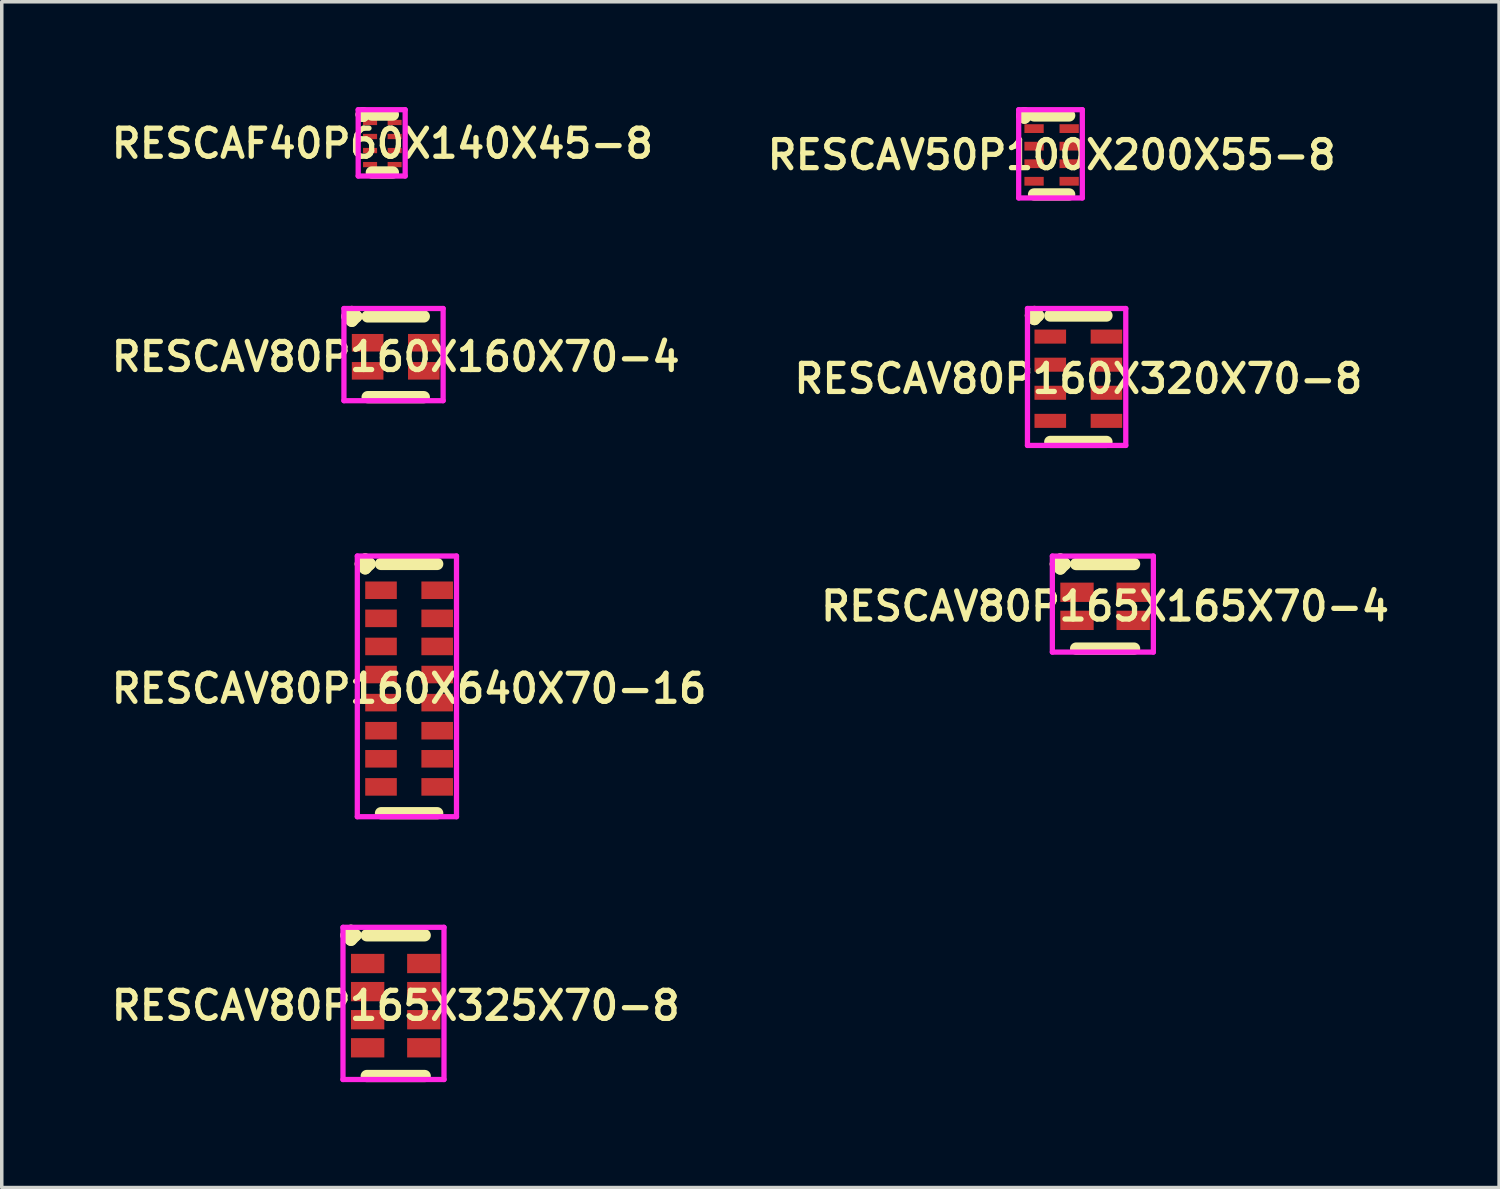
<source format=kicad_pcb>
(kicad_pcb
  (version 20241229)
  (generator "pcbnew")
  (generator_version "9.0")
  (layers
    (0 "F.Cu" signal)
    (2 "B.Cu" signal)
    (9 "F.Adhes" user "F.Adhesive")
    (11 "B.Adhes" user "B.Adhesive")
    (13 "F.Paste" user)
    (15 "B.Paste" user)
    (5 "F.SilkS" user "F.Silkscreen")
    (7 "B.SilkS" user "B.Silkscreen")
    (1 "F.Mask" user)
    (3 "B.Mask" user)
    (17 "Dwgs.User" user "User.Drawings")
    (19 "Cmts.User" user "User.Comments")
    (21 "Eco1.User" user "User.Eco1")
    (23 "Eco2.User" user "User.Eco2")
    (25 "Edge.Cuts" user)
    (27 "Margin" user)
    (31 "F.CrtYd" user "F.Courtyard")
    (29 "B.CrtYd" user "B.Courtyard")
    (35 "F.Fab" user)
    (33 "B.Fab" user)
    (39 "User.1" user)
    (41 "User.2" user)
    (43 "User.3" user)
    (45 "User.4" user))
  (footprint "RESCAV50P100X200X55-8"
    (layer "F.Cu")
    (at 26.902 1.363)
    (property "Reference" "RESCAV50P100X200X55-8" (at 0 0 0) (layer "F.SilkS") (effects (font (size 0.8 0.8) (thickness 0.15))))
    (attr smd)
    (fp_line (start -0.838 -1.125) (end -0.775 -1.188) (stroke (width 0.35) (type solid)) (layer "F.SilkS"))
    (fp_line (start -0.775 -1.188) (end -0.713 -1.125) (stroke (width 0.35) (type solid)) (layer "F.SilkS"))
    (fp_line (start -0.775 -1.062) (end -0.838 -1.125) (stroke (width 0.35) (type solid)) (layer "F.SilkS"))
    (fp_line (start -0.713 -1.125) (end -0.775 -1.062) (stroke (width 0.35) (type solid)) (layer "F.SilkS"))
    (fp_line (start -0.5 -1.125) (end 0.5 -1.125) (stroke (width 0.35) (type solid)) (layer "F.SilkS"))
    (fp_line (start -0.5 1.125) (end 0.5 1.125) (stroke (width 0.35) (type solid)) (layer "F.SilkS"))
    (fp_line (start -0.938 -1.288) (end 0.875 -1.288) (stroke (width 0.15) (type solid)) (layer "F.CrtYd"))
    (fp_line (start -0.938 1.225) (end -0.938 -1.288) (stroke (width 0.15) (type solid)) (layer "F.CrtYd"))
    (fp_line (start 0.875 -1.288) (end 0.875 1.225) (stroke (width 0.15) (type solid)) (layer "F.CrtYd"))
    (fp_line (start 0.875 1.225) (end -0.938 1.225) (stroke (width 0.15) (type solid)) (layer "F.CrtYd"))
    (pad "1" smd rect (at -0.5 -0.75) (size 0.55 0.25) (layers "F.Cu" "F.Mask" "F.Paste"))
    (pad "2" smd rect (at -0.5 -0.25) (size 0.55 0.25) (layers "F.Cu" "F.Mask" "F.Paste"))
    (pad "3" smd rect (at -0.5 0.25) (size 0.55 0.25) (layers "F.Cu" "F.Mask" "F.Paste"))
    (pad "4" smd rect (at -0.5 0.75) (size 0.55 0.25) (layers "F.Cu" "F.Mask" "F.Paste"))
    (pad "5" smd rect (at 0.5 0.75) (size 0.55 0.25) (layers "F.Cu" "F.Mask" "F.Paste"))
    (pad "6" smd rect (at 0.5 0.25) (size 0.55 0.25) (layers "F.Cu" "F.Mask" "F.Paste"))
    (pad "7" smd rect (at 0.5 -0.25) (size 0.55 0.25) (layers "F.Cu" "F.Mask" "F.Paste"))
    (pad "8" smd rect (at 0.5 -0.75) (size 0.55 0.25) (layers "F.Cu" "F.Mask" "F.Paste")))
  (footprint "RESCAV80P160X320X70-8"
    (layer "F.Cu")
    (at 27.664 7.737)
    (property "Reference" "RESCAV80P160X320X70-8" (at 0 0 0) (layer "F.SilkS") (effects (font (size 0.8 0.8) (thickness 0.15))))
    (attr smd)
    (fp_line (start -1.35 -1.8) (end -1.25 -1.9) (stroke (width 0.35) (type solid)) (layer "F.SilkS"))
    (fp_line (start -1.25 -1.9) (end -1.15 -1.8) (stroke (width 0.35) (type solid)) (layer "F.SilkS"))
    (fp_line (start -1.25 -1.7) (end -1.35 -1.8) (stroke (width 0.35) (type solid)) (layer "F.SilkS"))
    (fp_line (start -1.15 -1.8) (end -1.25 -1.7) (stroke (width 0.35) (type solid)) (layer "F.SilkS"))
    (fp_line (start -0.8 -1.8) (end 0.8 -1.8) (stroke (width 0.35) (type solid)) (layer "F.SilkS"))
    (fp_line (start -0.8 1.8) (end 0.8 1.8) (stroke (width 0.35) (type solid)) (layer "F.SilkS"))
    (fp_line (start -1.45 -2) (end 1.35 -2) (stroke (width 0.15) (type solid)) (layer "F.CrtYd"))
    (fp_line (start -1.45 1.9) (end -1.45 -2) (stroke (width 0.15) (type solid)) (layer "F.CrtYd"))
    (fp_line (start 1.35 -2) (end 1.35 1.9) (stroke (width 0.15) (type solid)) (layer "F.CrtYd"))
    (fp_line (start 1.35 1.9) (end -1.45 1.9) (stroke (width 0.15) (type solid)) (layer "F.CrtYd"))
    (pad "1" smd rect (at -0.8 -1.2) (size 0.9 0.4) (layers "F.Cu" "F.Mask" "F.Paste"))
    (pad "2" smd rect (at -0.8 -0.4) (size 0.9 0.4) (layers "F.Cu" "F.Mask" "F.Paste"))
    (pad "3" smd rect (at -0.8 0.4) (size 0.9 0.4) (layers "F.Cu" "F.Mask" "F.Paste"))
    (pad "4" smd rect (at -0.8 1.2) (size 0.9 0.4) (layers "F.Cu" "F.Mask" "F.Paste"))
    (pad "5" smd rect (at 0.8 1.2) (size 0.9 0.4) (layers "F.Cu" "F.Mask" "F.Paste"))
    (pad "6" smd rect (at 0.8 0.4) (size 0.9 0.4) (layers "F.Cu" "F.Mask" "F.Paste"))
    (pad "7" smd rect (at 0.8 -0.4) (size 0.9 0.4) (layers "F.Cu" "F.Mask" "F.Paste"))
    (pad "8" smd rect (at 0.8 -1.2) (size 0.9 0.4) (layers "F.Cu" "F.Mask" "F.Paste")))
  (footprint "RESCAV80P165X325X70-8"
    (layer "F.Cu")
    (at 8.221 25.593)
    (property "Reference" "RESCAV80P165X325X70-8" (at 0 0 0) (layer "F.SilkS") (effects (font (size 0.8 0.8) (thickness 0.15))))
    (attr smd)
    (fp_line (start -1.402 -2.004) (end -1.275 -2.131) (stroke (width 0.35) (type solid)) (layer "F.SilkS"))
    (fp_line (start -1.275 -2.131) (end -1.148 -2.004) (stroke (width 0.35) (type solid)) (layer "F.SilkS"))
    (fp_line (start -1.275 -1.877) (end -1.402 -2.004) (stroke (width 0.35) (type solid)) (layer "F.SilkS"))
    (fp_line (start -1.148 -2.004) (end -1.275 -1.877) (stroke (width 0.35) (type solid)) (layer "F.SilkS"))
    (fp_line (start -0.825 -2.004) (end 0.825 -2.004) (stroke (width 0.35) (type solid)) (layer "F.SilkS"))
    (fp_line (start -0.825 2.004) (end 0.825 2.004) (stroke (width 0.35) (type solid)) (layer "F.SilkS"))
    (fp_line (start -1.502 -2.231) (end 1.375 -2.231) (stroke (width 0.15) (type solid)) (layer "F.CrtYd"))
    (fp_line (start -1.502 2.104) (end -1.502 -2.231) (stroke (width 0.15) (type solid)) (layer "F.CrtYd"))
    (fp_line (start 1.375 -2.231) (end 1.375 2.104) (stroke (width 0.15) (type solid)) (layer "F.CrtYd"))
    (fp_line (start 1.375 2.104) (end -1.502 2.104) (stroke (width 0.15) (type solid)) (layer "F.CrtYd"))
    (pad "1" smd rect (at -0.8 -1.2) (size 0.95 0.55) (layers "F.Cu" "F.Mask" "F.Paste"))
    (pad "2" smd rect (at -0.8 -0.4) (size 0.95 0.55) (layers "F.Cu" "F.Mask" "F.Paste"))
    (pad "3" smd rect (at -0.8 0.4) (size 0.95 0.55) (layers "F.Cu" "F.Mask" "F.Paste"))
    (pad "4" smd rect (at -0.8 1.2) (size 0.95 0.55) (layers "F.Cu" "F.Mask" "F.Paste"))
    (pad "5" smd rect (at 0.8 1.2) (size 0.95 0.55) (layers "F.Cu" "F.Mask" "F.Paste"))
    (pad "6" smd rect (at 0.8 0.4) (size 0.95 0.55) (layers "F.Cu" "F.Mask" "F.Paste"))
    (pad "7" smd rect (at 0.8 -0.4) (size 0.95 0.55) (layers "F.Cu" "F.Mask" "F.Paste"))
    (pad "8" smd rect (at 0.8 -1.2) (size 0.95 0.55) (layers "F.Cu" "F.Mask" "F.Paste")))
  (footprint "RESCAF40P60X140X45-8"
    (layer "F.Cu")
    (at 7.84 1.038)
    (property "Reference" "RESCAF40P60X140X45-8" (at 0 0 0) (layer "F.SilkS") (effects (font (size 0.8 0.8) (thickness 0.15))))
    (attr smd)
    (fp_line (start -0.588 -0.825) (end -0.55 -0.863) (stroke (width 0.35) (type solid)) (layer "F.SilkS"))
    (fp_line (start -0.55 -0.863) (end -0.512 -0.825) (stroke (width 0.35) (type solid)) (layer "F.SilkS"))
    (fp_line (start -0.55 -0.787) (end -0.588 -0.825) (stroke (width 0.35) (type solid)) (layer "F.SilkS"))
    (fp_line (start -0.512 -0.825) (end -0.55 -0.787) (stroke (width 0.35) (type solid)) (layer "F.SilkS"))
    (fp_line (start -0.3 -0.825) (end 0.3 -0.825) (stroke (width 0.35) (type solid)) (layer "F.SilkS"))
    (fp_line (start -0.3 0.825) (end 0.3 0.825) (stroke (width 0.35) (type solid)) (layer "F.SilkS"))
    (fp_line (start -0.688 -0.963) (end 0.65 -0.963) (stroke (width 0.15) (type solid)) (layer "F.CrtYd"))
    (fp_line (start -0.688 0.925) (end -0.688 -0.963) (stroke (width 0.15) (type solid)) (layer "F.CrtYd"))
    (fp_line (start 0.65 -0.963) (end 0.65 0.925) (stroke (width 0.15) (type solid)) (layer "F.CrtYd"))
    (fp_line (start 0.65 0.925) (end -0.688 0.925) (stroke (width 0.15) (type solid)) (layer "F.CrtYd"))
    (pad "1" smd rect (at -0.35 -0.6) (size 0.4 0.15) (layers "F.Cu" "F.Mask" "F.Paste"))
    (pad "2" smd rect (at -0.35 -0.2) (size 0.4 0.15) (layers "F.Cu" "F.Mask" "F.Paste"))
    (pad "3" smd rect (at -0.35 0.2) (size 0.4 0.15) (layers "F.Cu" "F.Mask" "F.Paste"))
    (pad "4" smd rect (at -0.35 0.6) (size 0.4 0.15) (layers "F.Cu" "F.Mask" "F.Paste"))
    (pad "5" smd rect (at 0.35 0.6) (size 0.4 0.15) (layers "F.Cu" "F.Mask" "F.Paste"))
    (pad "6" smd rect (at 0.35 0.2) (size 0.4 0.15) (layers "F.Cu" "F.Mask" "F.Paste"))
    (pad "7" smd rect (at 0.35 -0.2) (size 0.4 0.15) (layers "F.Cu" "F.Mask" "F.Paste"))
    (pad "8" smd rect (at 0.35 -0.6) (size 0.4 0.15) (layers "F.Cu" "F.Mask" "F.Paste")))
  (footprint "RESCAV80P165X165X70-4"
    (layer "F.Cu")
    (at 28.425 14.219)
    (property "Reference" "RESCAV80P165X165X70-4" (at 0 0 0) (layer "F.SilkS") (effects (font (size 0.8 0.8) (thickness 0.15))))
    (attr smd)
    (fp_line (start -1.402 -1.204) (end -1.275 -1.331) (stroke (width 0.35) (type solid)) (layer "F.SilkS"))
    (fp_line (start -1.275 -1.331) (end -1.148 -1.204) (stroke (width 0.35) (type solid)) (layer "F.SilkS"))
    (fp_line (start -1.275 -1.077) (end -1.402 -1.204) (stroke (width 0.35) (type solid)) (layer "F.SilkS"))
    (fp_line (start -1.148 -1.204) (end -1.275 -1.077) (stroke (width 0.35) (type solid)) (layer "F.SilkS"))
    (fp_line (start -0.825 -1.204) (end 0.825 -1.204) (stroke (width 0.35) (type solid)) (layer "F.SilkS"))
    (fp_line (start -0.825 1.204) (end 0.825 1.204) (stroke (width 0.35) (type solid)) (layer "F.SilkS"))
    (fp_line (start -1.502 -1.431) (end 1.375 -1.431) (stroke (width 0.15) (type solid)) (layer "F.CrtYd"))
    (fp_line (start -1.502 1.304) (end -1.502 -1.431) (stroke (width 0.15) (type solid)) (layer "F.CrtYd"))
    (fp_line (start 1.375 -1.431) (end 1.375 1.304) (stroke (width 0.15) (type solid)) (layer "F.CrtYd"))
    (fp_line (start 1.375 1.304) (end -1.502 1.304) (stroke (width 0.15) (type solid)) (layer "F.CrtYd"))
    (pad "1" smd rect (at -0.8 -0.4) (size 0.95 0.55) (layers "F.Cu" "F.Mask" "F.Paste"))
    (pad "2" smd rect (at -0.8 0.4) (size 0.95 0.55) (layers "F.Cu" "F.Mask" "F.Paste"))
    (pad "3" smd rect (at 0.8 0.4) (size 0.95 0.55) (layers "F.Cu" "F.Mask" "F.Paste"))
    (pad "4" smd rect (at 0.8 -0.4) (size 0.95 0.55) (layers "F.Cu" "F.Mask" "F.Paste")))
  (footprint "RESCAV80P160X160X70-4"
    (layer "F.Cu")
    (at 8.221 7.112)
    (property "Reference" "RESCAV80P160X160X70-4" (at 0 0 0) (layer "F.SilkS") (effects (font (size 0.8 0.8) (thickness 0.15))))
    (attr smd)
    (fp_line (start -1.375 -1.15) (end -1.25 -1.275) (stroke (width 0.35) (type solid)) (layer "F.SilkS"))
    (fp_line (start -1.25 -1.275) (end -1.125 -1.15) (stroke (width 0.35) (type solid)) (layer "F.SilkS"))
    (fp_line (start -1.25 -1.025) (end -1.375 -1.15) (stroke (width 0.35) (type solid)) (layer "F.SilkS"))
    (fp_line (start -1.125 -1.15) (end -1.25 -1.025) (stroke (width 0.35) (type solid)) (layer "F.SilkS"))
    (fp_line (start -0.8 -1.15) (end 0.8 -1.15) (stroke (width 0.35) (type solid)) (layer "F.SilkS"))
    (fp_line (start -0.8 1.15) (end 0.8 1.15) (stroke (width 0.35) (type solid)) (layer "F.SilkS"))
    (fp_line (start -1.475 -1.375) (end 1.35 -1.375) (stroke (width 0.15) (type solid)) (layer "F.CrtYd"))
    (fp_line (start -1.475 1.25) (end -1.475 -1.375) (stroke (width 0.15) (type solid)) (layer "F.CrtYd"))
    (fp_line (start 1.35 -1.375) (end 1.35 1.25) (stroke (width 0.15) (type solid)) (layer "F.CrtYd"))
    (fp_line (start 1.35 1.25) (end -1.475 1.25) (stroke (width 0.15) (type solid)) (layer "F.CrtYd"))
    (pad "1" smd rect (at -0.8 -0.4) (size 0.9 0.5) (layers "F.Cu" "F.Mask" "F.Paste"))
    (pad "2" smd rect (at -0.8 0.4) (size 0.9 0.5) (layers "F.Cu" "F.Mask" "F.Paste"))
    (pad "3" smd rect (at 0.8 0.4) (size 0.9 0.5) (layers "F.Cu" "F.Mask" "F.Paste"))
    (pad "4" smd rect (at 0.8 -0.4) (size 0.9 0.5) (layers "F.Cu" "F.Mask" "F.Paste")))
  (footprint "RESCAV80P160X640X70-16"
    (layer "F.Cu")
    (at 8.602 16.562)
    (property "Reference" "RESCAV80P160X640X70-16" (at 0 0 0) (layer "F.SilkS") (effects (font (size 0.8 0.8) (thickness 0.15))))
    (attr smd)
    (fp_line (start -1.375 -3.55) (end -1.25 -3.675) (stroke (width 0.35) (type solid)) (layer "F.SilkS"))
    (fp_line (start -1.25 -3.675) (end -1.125 -3.55) (stroke (width 0.35) (type solid)) (layer "F.SilkS"))
    (fp_line (start -1.25 -3.425) (end -1.375 -3.55) (stroke (width 0.35) (type solid)) (layer "F.SilkS"))
    (fp_line (start -1.125 -3.55) (end -1.25 -3.425) (stroke (width 0.35) (type solid)) (layer "F.SilkS"))
    (fp_line (start -0.8 -3.55) (end 0.8 -3.55) (stroke (width 0.35) (type solid)) (layer "F.SilkS"))
    (fp_line (start -0.8 3.55) (end 0.8 3.55) (stroke (width 0.35) (type solid)) (layer "F.SilkS"))
    (fp_line (start -1.475 -3.775) (end 1.35 -3.775) (stroke (width 0.15) (type solid)) (layer "F.CrtYd"))
    (fp_line (start -1.475 3.65) (end -1.475 -3.775) (stroke (width 0.15) (type solid)) (layer "F.CrtYd"))
    (fp_line (start 1.35 -3.775) (end 1.35 3.65) (stroke (width 0.15) (type solid)) (layer "F.CrtYd"))
    (fp_line (start 1.35 3.65) (end -1.475 3.65) (stroke (width 0.15) (type solid)) (layer "F.CrtYd"))
    (pad "1" smd rect (at -0.8 -2.8) (size 0.9 0.5) (layers "F.Cu" "F.Mask" "F.Paste"))
    (pad "2" smd rect (at -0.8 -2) (size 0.9 0.5) (layers "F.Cu" "F.Mask" "F.Paste"))
    (pad "3" smd rect (at -0.8 -1.2) (size 0.9 0.5) (layers "F.Cu" "F.Mask" "F.Paste"))
    (pad "4" smd rect (at -0.8 -0.4) (size 0.9 0.5) (layers "F.Cu" "F.Mask" "F.Paste"))
    (pad "5" smd rect (at -0.8 0.4) (size 0.9 0.5) (layers "F.Cu" "F.Mask" "F.Paste"))
    (pad "6" smd rect (at -0.8 1.2) (size 0.9 0.5) (layers "F.Cu" "F.Mask" "F.Paste"))
    (pad "7" smd rect (at -0.8 2) (size 0.9 0.5) (layers "F.Cu" "F.Mask" "F.Paste"))
    (pad "8" smd rect (at -0.8 2.8) (size 0.9 0.5) (layers "F.Cu" "F.Mask" "F.Paste"))
    (pad "9" smd rect (at 0.8 2.8) (size 0.9 0.5) (layers "F.Cu" "F.Mask" "F.Paste"))
    (pad "10" smd rect (at 0.8 2) (size 0.9 0.5) (layers "F.Cu" "F.Mask" "F.Paste"))
    (pad "11" smd rect (at 0.8 1.2) (size 0.9 0.5) (layers "F.Cu" "F.Mask" "F.Paste"))
    (pad "12" smd rect (at 0.8 0.4) (size 0.9 0.5) (layers "F.Cu" "F.Mask" "F.Paste"))
    (pad "13" smd rect (at 0.8 -0.4) (size 0.9 0.5) (layers "F.Cu" "F.Mask" "F.Paste"))
    (pad "14" smd rect (at 0.8 -1.2) (size 0.9 0.5) (layers "F.Cu" "F.Mask" "F.Paste"))
    (pad "15" smd rect (at 0.8 -2) (size 0.9 0.5) (layers "F.Cu" "F.Mask" "F.Paste"))
    (pad "16" smd rect (at 0.8 -2.8) (size 0.9 0.5) (layers "F.Cu" "F.Mask" "F.Paste")))
  (gr_rect
    (start -3 -3)
    (end 39.647 30.773)
    (stroke (width 0.1) (type default))
    (fill no)
    (layer "Edge.Cuts")))
</source>
